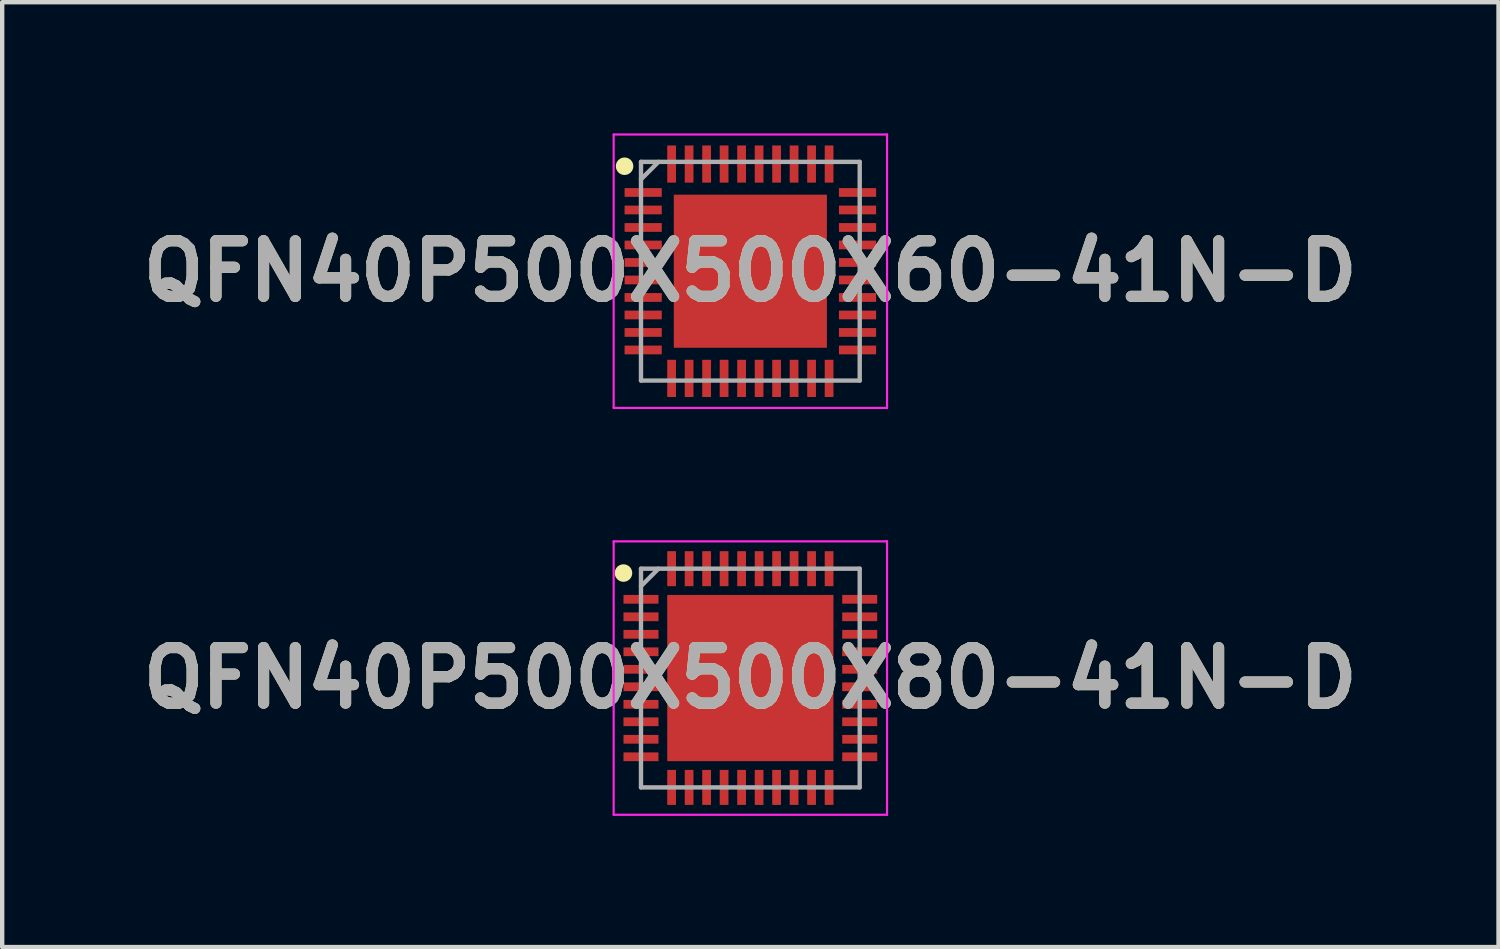
<source format=kicad_pcb>
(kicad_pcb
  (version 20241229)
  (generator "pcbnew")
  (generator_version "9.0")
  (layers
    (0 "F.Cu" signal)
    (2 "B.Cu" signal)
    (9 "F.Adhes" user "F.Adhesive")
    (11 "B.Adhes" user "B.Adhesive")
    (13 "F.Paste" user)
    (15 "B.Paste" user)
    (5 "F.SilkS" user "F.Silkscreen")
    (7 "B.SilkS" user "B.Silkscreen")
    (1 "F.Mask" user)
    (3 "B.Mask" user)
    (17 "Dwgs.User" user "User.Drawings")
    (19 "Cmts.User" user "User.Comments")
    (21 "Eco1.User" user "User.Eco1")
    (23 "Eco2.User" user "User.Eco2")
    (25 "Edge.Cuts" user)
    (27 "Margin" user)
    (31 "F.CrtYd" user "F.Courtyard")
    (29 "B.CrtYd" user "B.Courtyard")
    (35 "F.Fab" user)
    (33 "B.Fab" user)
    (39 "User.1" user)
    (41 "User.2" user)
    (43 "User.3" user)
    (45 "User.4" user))
  (footprint "QFN40P500X500X60-41N-D"
    (layer "F.Cu")
    (at 14.103 3.15)
    (property "Reference" "QFN40P500X500X60-41N-D" (at 0 0 0) (layer "F.SilkS") (effects (font (size 1.27 1.27) (thickness 0.254))))
    (attr smd)
    (fp_circle (center -2.875 -2.4) (end -2.875 -2.3) (stroke (width 0.2) (type solid)) (fill no) (layer "F.SilkS"))
    (fp_poly (pts (xy -1.53 -1.58) (xy -1.53 -0.86) (xy -0.87 -0.86) (xy -0.86 -0.87) (xy -0.86 -1.58)) (stroke (width 0.1) (type solid)) (fill yes) (layer "F.Paste"))
    (fp_poly (pts (xy -1.53 -0.335) (xy -1.53 0.385) (xy -0.87 0.385) (xy -0.86 0.375) (xy -0.86 -0.335)) (stroke (width 0.1) (type solid)) (fill yes) (layer "F.Paste"))
    (fp_poly (pts (xy -1.53 0.91) (xy -1.53 1.63) (xy -0.87 1.63) (xy -0.86 1.62) (xy -0.86 0.91)) (stroke (width 0.1) (type solid)) (fill yes) (layer "F.Paste"))
    (fp_poly (pts (xy -0.34 -1.58) (xy -0.34 -0.86) (xy 0.32 -0.86) (xy 0.33 -0.87) (xy 0.33 -1.58)) (stroke (width 0.1) (type solid)) (fill yes) (layer "F.Paste"))
    (fp_poly (pts (xy -0.34 -0.335) (xy -0.34 0.385) (xy 0.32 0.385) (xy 0.33 0.375) (xy 0.33 -0.335)) (stroke (width 0.1) (type solid)) (fill yes) (layer "F.Paste"))
    (fp_poly (pts (xy -0.34 0.91) (xy -0.34 1.63) (xy 0.32 1.63) (xy 0.33 1.62) (xy 0.33 0.91)) (stroke (width 0.1) (type solid)) (fill yes) (layer "F.Paste"))
    (fp_poly (pts (xy 0.88 -1.58) (xy 0.88 -0.86) (xy 1.54 -0.86) (xy 1.55 -0.87) (xy 1.55 -1.58)) (stroke (width 0.1) (type solid)) (fill yes) (layer "F.Paste"))
    (fp_poly (pts (xy 0.88 -0.335) (xy 0.88 0.385) (xy 1.54 0.385) (xy 1.55 0.375) (xy 1.55 -0.335)) (stroke (width 0.1) (type solid)) (fill yes) (layer "F.Paste"))
    (fp_poly (pts (xy 0.88 0.91) (xy 0.88 1.63) (xy 1.54 1.63) (xy 1.55 1.62) (xy 1.55 0.91)) (stroke (width 0.1) (type solid)) (fill yes) (layer "F.Paste"))
    (fp_line (start -3.125 -3.125) (end 3.125 -3.125) (stroke (width 0.05) (type solid)) (layer "F.CrtYd"))
    (fp_line (start -3.125 3.125) (end -3.125 -3.125) (stroke (width 0.05) (type solid)) (layer "F.CrtYd"))
    (fp_line (start 3.125 -3.125) (end 3.125 3.125) (stroke (width 0.05) (type solid)) (layer "F.CrtYd"))
    (fp_line (start 3.125 3.125) (end -3.125 3.125) (stroke (width 0.05) (type solid)) (layer "F.CrtYd"))
    (fp_line (start -2.5 -2.5) (end 2.5 -2.5) (stroke (width 0.1) (type solid)) (layer "F.Fab"))
    (fp_line (start -2.5 -2.1) (end -2.1 -2.5) (stroke (width 0.1) (type solid)) (layer "F.Fab"))
    (fp_line (start -2.5 2.5) (end -2.5 -2.5) (stroke (width 0.1) (type solid)) (layer "F.Fab"))
    (fp_line (start 2.5 -2.5) (end 2.5 2.5) (stroke (width 0.1) (type solid)) (layer "F.Fab"))
    (fp_line (start 2.5 2.5) (end -2.5 2.5) (stroke (width 0.1) (type solid)) (layer "F.Fab"))
    (fp_text user "${REFERENCE}" (at 0 0 0) (layer "F.Fab") (effects (font (size 1.27 1.27) (thickness 0.254))))
    (pad "1" smd rect (at -2.45 -1.8 90) (size 0.2 0.85) (layers "F.Cu" "F.Mask" "F.Paste"))
    (pad "2" smd rect (at -2.45 -1.4 90) (size 0.2 0.85) (layers "F.Cu" "F.Mask" "F.Paste"))
    (pad "3" smd rect (at -2.45 -1 90) (size 0.2 0.85) (layers "F.Cu" "F.Mask" "F.Paste"))
    (pad "4" smd rect (at -2.45 -0.6 90) (size 0.2 0.85) (layers "F.Cu" "F.Mask" "F.Paste"))
    (pad "5" smd rect (at -2.45 -0.2 90) (size 0.2 0.85) (layers "F.Cu" "F.Mask" "F.Paste"))
    (pad "6" smd rect (at -2.45 0.2 90) (size 0.2 0.85) (layers "F.Cu" "F.Mask" "F.Paste"))
    (pad "7" smd rect (at -2.45 0.6 90) (size 0.2 0.85) (layers "F.Cu" "F.Mask" "F.Paste"))
    (pad "8" smd rect (at -2.45 1 90) (size 0.2 0.85) (layers "F.Cu" "F.Mask" "F.Paste"))
    (pad "9" smd rect (at -2.45 1.4 90) (size 0.2 0.85) (layers "F.Cu" "F.Mask" "F.Paste"))
    (pad "10" smd rect (at -2.45 1.8 90) (size 0.2 0.85) (layers "F.Cu" "F.Mask" "F.Paste"))
    (pad "11" smd rect (at -1.8 2.45) (size 0.2 0.85) (layers "F.Cu" "F.Mask" "F.Paste"))
    (pad "12" smd rect (at -1.4 2.45) (size 0.2 0.85) (layers "F.Cu" "F.Mask" "F.Paste"))
    (pad "13" smd rect (at -1 2.45) (size 0.2 0.85) (layers "F.Cu" "F.Mask" "F.Paste"))
    (pad "14" smd rect (at -0.6 2.45) (size 0.2 0.85) (layers "F.Cu" "F.Mask" "F.Paste"))
    (pad "15" smd rect (at -0.2 2.45) (size 0.2 0.85) (layers "F.Cu" "F.Mask" "F.Paste"))
    (pad "16" smd rect (at 0.2 2.45) (size 0.2 0.85) (layers "F.Cu" "F.Mask" "F.Paste"))
    (pad "17" smd rect (at 0.6 2.45) (size 0.2 0.85) (layers "F.Cu" "F.Mask" "F.Paste"))
    (pad "18" smd rect (at 1 2.45) (size 0.2 0.85) (layers "F.Cu" "F.Mask" "F.Paste"))
    (pad "19" smd rect (at 1.4 2.45) (size 0.2 0.85) (layers "F.Cu" "F.Mask" "F.Paste"))
    (pad "20" smd rect (at 1.8 2.45) (size 0.2 0.85) (layers "F.Cu" "F.Mask" "F.Paste"))
    (pad "21" smd rect (at 2.45 1.8 90) (size 0.2 0.85) (layers "F.Cu" "F.Mask" "F.Paste"))
    (pad "22" smd rect (at 2.45 1.4 90) (size 0.2 0.85) (layers "F.Cu" "F.Mask" "F.Paste"))
    (pad "23" smd rect (at 2.45 1 90) (size 0.2 0.85) (layers "F.Cu" "F.Mask" "F.Paste"))
    (pad "24" smd rect (at 2.45 0.6 90) (size 0.2 0.85) (layers "F.Cu" "F.Mask" "F.Paste"))
    (pad "25" smd rect (at 2.45 0.2 90) (size 0.2 0.85) (layers "F.Cu" "F.Mask" "F.Paste"))
    (pad "26" smd rect (at 2.45 -0.2 90) (size 0.2 0.85) (layers "F.Cu" "F.Mask" "F.Paste"))
    (pad "27" smd rect (at 2.45 -0.6 90) (size 0.2 0.85) (layers "F.Cu" "F.Mask" "F.Paste"))
    (pad "28" smd rect (at 2.45 -1 90) (size 0.2 0.85) (layers "F.Cu" "F.Mask" "F.Paste"))
    (pad "29" smd rect (at 2.45 -1.4 90) (size 0.2 0.85) (layers "F.Cu" "F.Mask" "F.Paste"))
    (pad "30" smd rect (at 2.45 -1.8 90) (size 0.2 0.85) (layers "F.Cu" "F.Mask" "F.Paste"))
    (pad "31" smd rect (at 1.8 -2.45) (size 0.2 0.85) (layers "F.Cu" "F.Mask" "F.Paste"))
    (pad "32" smd rect (at 1.4 -2.45) (size 0.2 0.85) (layers "F.Cu" "F.Mask" "F.Paste"))
    (pad "33" smd rect (at 1 -2.45) (size 0.2 0.85) (layers "F.Cu" "F.Mask" "F.Paste"))
    (pad "34" smd rect (at 0.6 -2.45) (size 0.2 0.85) (layers "F.Cu" "F.Mask" "F.Paste"))
    (pad "35" smd rect (at 0.2 -2.45) (size 0.2 0.85) (layers "F.Cu" "F.Mask" "F.Paste"))
    (pad "36" smd rect (at -0.2 -2.45) (size 0.2 0.85) (layers "F.Cu" "F.Mask" "F.Paste"))
    (pad "37" smd rect (at -0.6 -2.45) (size 0.2 0.85) (layers "F.Cu" "F.Mask" "F.Paste"))
    (pad "38" smd rect (at -1 -2.45) (size 0.2 0.85) (layers "F.Cu" "F.Mask" "F.Paste"))
    (pad "39" smd rect (at -1.4 -2.45) (size 0.2 0.85) (layers "F.Cu" "F.Mask" "F.Paste"))
    (pad "40" smd rect (at -1.8 -2.45) (size 0.2 0.85) (layers "F.Cu" "F.Mask" "F.Paste"))
    (pad "41" smd rect (at 0 0) (size 3.5 3.5) (layers "F.Cu" "F.Mask")))
  (footprint "QFN40P500X500X80-41N-D"
    (layer "F.Cu")
    (at 14.103 12.45)
    (property "Reference" "QFN40P500X500X80-41N-D" (at 0 0 0) (layer "F.SilkS") (effects (font (size 1.27 1.27) (thickness 0.254))))
    (attr smd)
    (fp_circle (center -2.9 -2.4) (end -2.9 -2.3) (stroke (width 0.2) (type solid)) (fill no) (layer "F.SilkS"))
    (fp_line (start -3.125 -3.125) (end 3.125 -3.125) (stroke (width 0.05) (type solid)) (layer "F.CrtYd"))
    (fp_line (start -3.125 3.125) (end -3.125 -3.125) (stroke (width 0.05) (type solid)) (layer "F.CrtYd"))
    (fp_line (start 3.125 -3.125) (end 3.125 3.125) (stroke (width 0.05) (type solid)) (layer "F.CrtYd"))
    (fp_line (start 3.125 3.125) (end -3.125 3.125) (stroke (width 0.05) (type solid)) (layer "F.CrtYd"))
    (fp_line (start -2.5 -2.5) (end 2.5 -2.5) (stroke (width 0.1) (type solid)) (layer "F.Fab"))
    (fp_line (start -2.5 -2.1) (end -2.1 -2.5) (stroke (width 0.1) (type solid)) (layer "F.Fab"))
    (fp_line (start -2.5 2.5) (end -2.5 -2.5) (stroke (width 0.1) (type solid)) (layer "F.Fab"))
    (fp_line (start 2.5 -2.5) (end 2.5 2.5) (stroke (width 0.1) (type solid)) (layer "F.Fab"))
    (fp_line (start 2.5 2.5) (end -2.5 2.5) (stroke (width 0.1) (type solid)) (layer "F.Fab"))
    (fp_text user "${REFERENCE}" (at 0 0 0) (layer "F.Fab") (effects (font (size 1.27 1.27) (thickness 0.254))))
    (pad "1" smd rect (at -2.5 -1.8 90) (size 0.2 0.8) (layers "F.Cu" "F.Mask" "F.Paste"))
    (pad "2" smd rect (at -2.5 -1.4 90) (size 0.2 0.8) (layers "F.Cu" "F.Mask" "F.Paste"))
    (pad "3" smd rect (at -2.5 -1 90) (size 0.2 0.8) (layers "F.Cu" "F.Mask" "F.Paste"))
    (pad "4" smd rect (at -2.5 -0.6 90) (size 0.2 0.8) (layers "F.Cu" "F.Mask" "F.Paste"))
    (pad "5" smd rect (at -2.5 -0.2 90) (size 0.2 0.8) (layers "F.Cu" "F.Mask" "F.Paste"))
    (pad "6" smd rect (at -2.5 0.2 90) (size 0.2 0.8) (layers "F.Cu" "F.Mask" "F.Paste"))
    (pad "7" smd rect (at -2.5 0.6 90) (size 0.2 0.8) (layers "F.Cu" "F.Mask" "F.Paste"))
    (pad "8" smd rect (at -2.5 1 90) (size 0.2 0.8) (layers "F.Cu" "F.Mask" "F.Paste"))
    (pad "9" smd rect (at -2.5 1.4 90) (size 0.2 0.8) (layers "F.Cu" "F.Mask" "F.Paste"))
    (pad "10" smd rect (at -2.5 1.8 90) (size 0.2 0.8) (layers "F.Cu" "F.Mask" "F.Paste"))
    (pad "11" smd rect (at -1.8 2.5) (size 0.2 0.8) (layers "F.Cu" "F.Mask" "F.Paste"))
    (pad "12" smd rect (at -1.4 2.5) (size 0.2 0.8) (layers "F.Cu" "F.Mask" "F.Paste"))
    (pad "13" smd rect (at -1 2.5) (size 0.2 0.8) (layers "F.Cu" "F.Mask" "F.Paste"))
    (pad "14" smd rect (at -0.6 2.5) (size 0.2 0.8) (layers "F.Cu" "F.Mask" "F.Paste"))
    (pad "15" smd rect (at -0.2 2.5) (size 0.2 0.8) (layers "F.Cu" "F.Mask" "F.Paste"))
    (pad "16" smd rect (at 0.2 2.5) (size 0.2 0.8) (layers "F.Cu" "F.Mask" "F.Paste"))
    (pad "17" smd rect (at 0.6 2.5) (size 0.2 0.8) (layers "F.Cu" "F.Mask" "F.Paste"))
    (pad "18" smd rect (at 1 2.5) (size 0.2 0.8) (layers "F.Cu" "F.Mask" "F.Paste"))
    (pad "19" smd rect (at 1.4 2.5) (size 0.2 0.8) (layers "F.Cu" "F.Mask" "F.Paste"))
    (pad "20" smd rect (at 1.8 2.5) (size 0.2 0.8) (layers "F.Cu" "F.Mask" "F.Paste"))
    (pad "21" smd rect (at 2.5 1.8 90) (size 0.2 0.8) (layers "F.Cu" "F.Mask" "F.Paste"))
    (pad "22" smd rect (at 2.5 1.4 90) (size 0.2 0.8) (layers "F.Cu" "F.Mask" "F.Paste"))
    (pad "23" smd rect (at 2.5 1 90) (size 0.2 0.8) (layers "F.Cu" "F.Mask" "F.Paste"))
    (pad "24" smd rect (at 2.5 0.6 90) (size 0.2 0.8) (layers "F.Cu" "F.Mask" "F.Paste"))
    (pad "25" smd rect (at 2.5 0.2 90) (size 0.2 0.8) (layers "F.Cu" "F.Mask" "F.Paste"))
    (pad "26" smd rect (at 2.5 -0.2 90) (size 0.2 0.8) (layers "F.Cu" "F.Mask" "F.Paste"))
    (pad "27" smd rect (at 2.5 -0.6 90) (size 0.2 0.8) (layers "F.Cu" "F.Mask" "F.Paste"))
    (pad "28" smd rect (at 2.5 -1 90) (size 0.2 0.8) (layers "F.Cu" "F.Mask" "F.Paste"))
    (pad "29" smd rect (at 2.5 -1.4 90) (size 0.2 0.8) (layers "F.Cu" "F.Mask" "F.Paste"))
    (pad "30" smd rect (at 2.5 -1.8 90) (size 0.2 0.8) (layers "F.Cu" "F.Mask" "F.Paste"))
    (pad "31" smd rect (at 1.8 -2.5) (size 0.2 0.8) (layers "F.Cu" "F.Mask" "F.Paste"))
    (pad "32" smd rect (at 1.4 -2.5) (size 0.2 0.8) (layers "F.Cu" "F.Mask" "F.Paste"))
    (pad "33" smd rect (at 1 -2.5) (size 0.2 0.8) (layers "F.Cu" "F.Mask" "F.Paste"))
    (pad "34" smd rect (at 0.6 -2.5) (size 0.2 0.8) (layers "F.Cu" "F.Mask" "F.Paste"))
    (pad "35" smd rect (at 0.2 -2.5) (size 0.2 0.8) (layers "F.Cu" "F.Mask" "F.Paste"))
    (pad "36" smd rect (at -0.2 -2.5) (size 0.2 0.8) (layers "F.Cu" "F.Mask" "F.Paste"))
    (pad "37" smd rect (at -0.6 -2.5) (size 0.2 0.8) (layers "F.Cu" "F.Mask" "F.Paste"))
    (pad "38" smd rect (at -1 -2.5) (size 0.2 0.8) (layers "F.Cu" "F.Mask" "F.Paste"))
    (pad "39" smd rect (at -1.4 -2.5) (size 0.2 0.8) (layers "F.Cu" "F.Mask" "F.Paste"))
    (pad "40" smd rect (at -1.8 -2.5) (size 0.2 0.8) (layers "F.Cu" "F.Mask" "F.Paste"))
    (pad "41" smd rect (at 0 0) (size 3.8 3.8) (layers "F.Cu" "F.Mask" "F.Paste")))
  (gr_rect
    (start -3 -3)
    (end 31.206 18.6)
    (stroke (width 0.1) (type default))
    (fill no)
    (layer "Edge.Cuts")))
</source>
